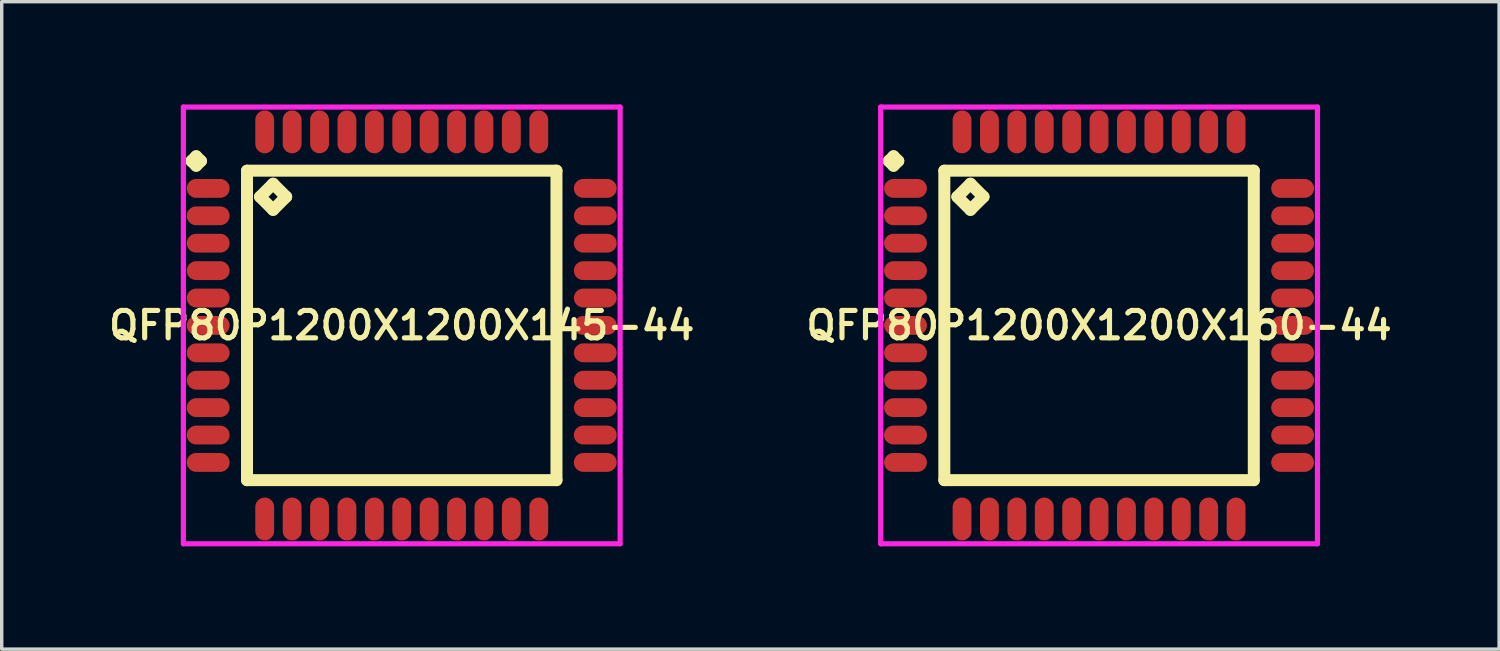
<source format=kicad_pcb>
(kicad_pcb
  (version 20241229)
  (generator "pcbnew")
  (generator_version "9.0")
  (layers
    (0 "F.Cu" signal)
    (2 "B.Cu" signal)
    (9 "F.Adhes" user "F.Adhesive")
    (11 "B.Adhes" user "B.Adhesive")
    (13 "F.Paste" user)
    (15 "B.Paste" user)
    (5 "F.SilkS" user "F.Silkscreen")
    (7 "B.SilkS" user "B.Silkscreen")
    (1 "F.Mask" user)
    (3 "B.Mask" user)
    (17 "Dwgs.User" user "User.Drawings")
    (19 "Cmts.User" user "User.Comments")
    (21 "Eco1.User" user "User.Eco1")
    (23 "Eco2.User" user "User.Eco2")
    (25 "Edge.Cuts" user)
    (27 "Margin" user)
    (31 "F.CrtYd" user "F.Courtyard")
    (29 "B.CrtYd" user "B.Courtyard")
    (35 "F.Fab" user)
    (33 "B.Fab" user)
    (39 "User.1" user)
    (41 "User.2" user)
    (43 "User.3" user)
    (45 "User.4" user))
  (footprint "QFP80P1200X1200X160-44"
    (layer "F.Cu")
    (at 29.035 6.45)
    (property "Reference" "QFP80P1200X1200X160-44" (at 0 0 0) (layer "F.SilkS") (effects (font (size 0.8 0.8) (thickness 0.15))))
    (attr smd)
    (fp_line (start -6.138 -4.8) (end -6 -4.938) (stroke (width 0.35) (type solid)) (layer "F.SilkS"))
    (fp_line (start -6 -4.938) (end -5.862 -4.8) (stroke (width 0.35) (type solid)) (layer "F.SilkS"))
    (fp_line (start -6 -4.662) (end -6.138 -4.8) (stroke (width 0.35) (type solid)) (layer "F.SilkS"))
    (fp_line (start -5.862 -4.8) (end -6 -4.662) (stroke (width 0.35) (type solid)) (layer "F.SilkS"))
    (fp_line (start -4.517 -4.517) (end -4.517 4.517) (stroke (width 0.35) (type solid)) (layer "F.SilkS"))
    (fp_line (start -4.517 4.517) (end 4.517 4.517) (stroke (width 0.35) (type solid)) (layer "F.SilkS"))
    (fp_line (start -4.136 -3.755) (end -3.755 -4.136) (stroke (width 0.35) (type solid)) (layer "F.SilkS"))
    (fp_line (start -3.755 -4.136) (end -3.374 -3.755) (stroke (width 0.35) (type solid)) (layer "F.SilkS"))
    (fp_line (start -3.755 -3.374) (end -4.136 -3.755) (stroke (width 0.35) (type solid)) (layer "F.SilkS"))
    (fp_line (start -3.374 -3.755) (end -3.755 -3.374) (stroke (width 0.35) (type solid)) (layer "F.SilkS"))
    (fp_line (start 4.517 -4.517) (end -4.517 -4.517) (stroke (width 0.35) (type solid)) (layer "F.SilkS"))
    (fp_line (start 4.517 4.517) (end 4.517 -4.517) (stroke (width 0.35) (type solid)) (layer "F.SilkS"))
    (fp_line (start -6.375 -6.375) (end 6.375 -6.375) (stroke (width 0.15) (type solid)) (layer "F.CrtYd"))
    (fp_line (start -6.375 6.375) (end -6.375 -6.375) (stroke (width 0.15) (type solid)) (layer "F.CrtYd"))
    (fp_line (start 6.375 -6.375) (end 6.375 6.375) (stroke (width 0.15) (type solid)) (layer "F.CrtYd"))
    (fp_line (start 6.375 6.375) (end -6.375 6.375) (stroke (width 0.15) (type solid)) (layer "F.CrtYd"))
    (pad "1" smd oval (at -5.65 -4) (size 1.25 0.55) (layers "F.Cu" "F.Mask" "F.Paste"))
    (pad "2" smd oval (at -5.65 -3.2) (size 1.25 0.55) (layers "F.Cu" "F.Mask" "F.Paste"))
    (pad "3" smd oval (at -5.65 -2.4) (size 1.25 0.55) (layers "F.Cu" "F.Mask" "F.Paste"))
    (pad "4" smd oval (at -5.65 -1.6) (size 1.25 0.55) (layers "F.Cu" "F.Mask" "F.Paste"))
    (pad "5" smd oval (at -5.65 -0.8) (size 1.25 0.55) (layers "F.Cu" "F.Mask" "F.Paste"))
    (pad "6" smd oval (at -5.65 0) (size 1.25 0.55) (layers "F.Cu" "F.Mask" "F.Paste"))
    (pad "7" smd oval (at -5.65 0.8) (size 1.25 0.55) (layers "F.Cu" "F.Mask" "F.Paste"))
    (pad "8" smd oval (at -5.65 1.6) (size 1.25 0.55) (layers "F.Cu" "F.Mask" "F.Paste"))
    (pad "9" smd oval (at -5.65 2.4) (size 1.25 0.55) (layers "F.Cu" "F.Mask" "F.Paste"))
    (pad "10" smd oval (at -5.65 3.2) (size 1.25 0.55) (layers "F.Cu" "F.Mask" "F.Paste"))
    (pad "11" smd oval (at -5.65 4) (size 1.25 0.55) (layers "F.Cu" "F.Mask" "F.Paste"))
    (pad "12" smd oval (at -4 5.65) (size 0.55 1.25) (layers "F.Cu" "F.Mask" "F.Paste"))
    (pad "13" smd oval (at -3.2 5.65) (size 0.55 1.25) (layers "F.Cu" "F.Mask" "F.Paste"))
    (pad "14" smd oval (at -2.4 5.65) (size 0.55 1.25) (layers "F.Cu" "F.Mask" "F.Paste"))
    (pad "15" smd oval (at -1.6 5.65) (size 0.55 1.25) (layers "F.Cu" "F.Mask" "F.Paste"))
    (pad "16" smd oval (at -0.8 5.65) (size 0.55 1.25) (layers "F.Cu" "F.Mask" "F.Paste"))
    (pad "17" smd oval (at 0 5.65) (size 0.55 1.25) (layers "F.Cu" "F.Mask" "F.Paste"))
    (pad "18" smd oval (at 0.8 5.65) (size 0.55 1.25) (layers "F.Cu" "F.Mask" "F.Paste"))
    (pad "19" smd oval (at 1.6 5.65) (size 0.55 1.25) (layers "F.Cu" "F.Mask" "F.Paste"))
    (pad "20" smd oval (at 2.4 5.65) (size 0.55 1.25) (layers "F.Cu" "F.Mask" "F.Paste"))
    (pad "21" smd oval (at 3.2 5.65) (size 0.55 1.25) (layers "F.Cu" "F.Mask" "F.Paste"))
    (pad "22" smd oval (at 4 5.65) (size 0.55 1.25) (layers "F.Cu" "F.Mask" "F.Paste"))
    (pad "23" smd oval (at 5.65 4) (size 1.25 0.55) (layers "F.Cu" "F.Mask" "F.Paste"))
    (pad "24" smd oval (at 5.65 3.2) (size 1.25 0.55) (layers "F.Cu" "F.Mask" "F.Paste"))
    (pad "25" smd oval (at 5.65 2.4) (size 1.25 0.55) (layers "F.Cu" "F.Mask" "F.Paste"))
    (pad "26" smd oval (at 5.65 1.6) (size 1.25 0.55) (layers "F.Cu" "F.Mask" "F.Paste"))
    (pad "27" smd oval (at 5.65 0.8) (size 1.25 0.55) (layers "F.Cu" "F.Mask" "F.Paste"))
    (pad "28" smd oval (at 5.65 0) (size 1.25 0.55) (layers "F.Cu" "F.Mask" "F.Paste"))
    (pad "29" smd oval (at 5.65 -0.8) (size 1.25 0.55) (layers "F.Cu" "F.Mask" "F.Paste"))
    (pad "30" smd oval (at 5.65 -1.6) (size 1.25 0.55) (layers "F.Cu" "F.Mask" "F.Paste"))
    (pad "31" smd oval (at 5.65 -2.4) (size 1.25 0.55) (layers "F.Cu" "F.Mask" "F.Paste"))
    (pad "32" smd oval (at 5.65 -3.2) (size 1.25 0.55) (layers "F.Cu" "F.Mask" "F.Paste"))
    (pad "33" smd oval (at 5.65 -4) (size 1.25 0.55) (layers "F.Cu" "F.Mask" "F.Paste"))
    (pad "34" smd oval (at 4 -5.65) (size 0.55 1.25) (layers "F.Cu" "F.Mask" "F.Paste"))
    (pad "35" smd oval (at 3.2 -5.65) (size 0.55 1.25) (layers "F.Cu" "F.Mask" "F.Paste"))
    (pad "36" smd oval (at 2.4 -5.65) (size 0.55 1.25) (layers "F.Cu" "F.Mask" "F.Paste"))
    (pad "37" smd oval (at 1.6 -5.65) (size 0.55 1.25) (layers "F.Cu" "F.Mask" "F.Paste"))
    (pad "38" smd oval (at 0.8 -5.65) (size 0.55 1.25) (layers "F.Cu" "F.Mask" "F.Paste"))
    (pad "39" smd oval (at 0 -5.65) (size 0.55 1.25) (layers "F.Cu" "F.Mask" "F.Paste"))
    (pad "40" smd oval (at -0.8 -5.65) (size 0.55 1.25) (layers "F.Cu" "F.Mask" "F.Paste"))
    (pad "41" smd oval (at -1.6 -5.65) (size 0.55 1.25) (layers "F.Cu" "F.Mask" "F.Paste"))
    (pad "42" smd oval (at -2.4 -5.65) (size 0.55 1.25) (layers "F.Cu" "F.Mask" "F.Paste"))
    (pad "43" smd oval (at -3.2 -5.65) (size 0.55 1.25) (layers "F.Cu" "F.Mask" "F.Paste"))
    (pad "44" smd oval (at -4 -5.65) (size 0.55 1.25) (layers "F.Cu" "F.Mask" "F.Paste")))
  (footprint "QFP80P1200X1200X145-44"
    (layer "F.Cu")
    (at 8.678 6.45)
    (property "Reference" "QFP80P1200X1200X145-44" (at 0 0 0) (layer "F.SilkS") (effects (font (size 0.8 0.8) (thickness 0.15))))
    (attr smd)
    (fp_line (start -6.138 -4.8) (end -6 -4.938) (stroke (width 0.35) (type solid)) (layer "F.SilkS"))
    (fp_line (start -6 -4.938) (end -5.862 -4.8) (stroke (width 0.35) (type solid)) (layer "F.SilkS"))
    (fp_line (start -6 -4.662) (end -6.138 -4.8) (stroke (width 0.35) (type solid)) (layer "F.SilkS"))
    (fp_line (start -5.862 -4.8) (end -6 -4.662) (stroke (width 0.35) (type solid)) (layer "F.SilkS"))
    (fp_line (start -4.517 -4.517) (end -4.517 4.517) (stroke (width 0.35) (type solid)) (layer "F.SilkS"))
    (fp_line (start -4.517 4.517) (end 4.517 4.517) (stroke (width 0.35) (type solid)) (layer "F.SilkS"))
    (fp_line (start -4.136 -3.755) (end -3.755 -4.136) (stroke (width 0.35) (type solid)) (layer "F.SilkS"))
    (fp_line (start -3.755 -4.136) (end -3.374 -3.755) (stroke (width 0.35) (type solid)) (layer "F.SilkS"))
    (fp_line (start -3.755 -3.374) (end -4.136 -3.755) (stroke (width 0.35) (type solid)) (layer "F.SilkS"))
    (fp_line (start -3.374 -3.755) (end -3.755 -3.374) (stroke (width 0.35) (type solid)) (layer "F.SilkS"))
    (fp_line (start 4.517 -4.517) (end -4.517 -4.517) (stroke (width 0.35) (type solid)) (layer "F.SilkS"))
    (fp_line (start 4.517 4.517) (end 4.517 -4.517) (stroke (width 0.35) (type solid)) (layer "F.SilkS"))
    (fp_line (start -6.375 -6.375) (end 6.375 -6.375) (stroke (width 0.15) (type solid)) (layer "F.CrtYd"))
    (fp_line (start -6.375 6.375) (end -6.375 -6.375) (stroke (width 0.15) (type solid)) (layer "F.CrtYd"))
    (fp_line (start 6.375 -6.375) (end 6.375 6.375) (stroke (width 0.15) (type solid)) (layer "F.CrtYd"))
    (fp_line (start 6.375 6.375) (end -6.375 6.375) (stroke (width 0.15) (type solid)) (layer "F.CrtYd"))
    (pad "1" smd oval (at -5.65 -4) (size 1.25 0.55) (layers "F.Cu" "F.Mask" "F.Paste"))
    (pad "2" smd oval (at -5.65 -3.2) (size 1.25 0.55) (layers "F.Cu" "F.Mask" "F.Paste"))
    (pad "3" smd oval (at -5.65 -2.4) (size 1.25 0.55) (layers "F.Cu" "F.Mask" "F.Paste"))
    (pad "4" smd oval (at -5.65 -1.6) (size 1.25 0.55) (layers "F.Cu" "F.Mask" "F.Paste"))
    (pad "5" smd oval (at -5.65 -0.8) (size 1.25 0.55) (layers "F.Cu" "F.Mask" "F.Paste"))
    (pad "6" smd oval (at -5.65 0) (size 1.25 0.55) (layers "F.Cu" "F.Mask" "F.Paste"))
    (pad "7" smd oval (at -5.65 0.8) (size 1.25 0.55) (layers "F.Cu" "F.Mask" "F.Paste"))
    (pad "8" smd oval (at -5.65 1.6) (size 1.25 0.55) (layers "F.Cu" "F.Mask" "F.Paste"))
    (pad "9" smd oval (at -5.65 2.4) (size 1.25 0.55) (layers "F.Cu" "F.Mask" "F.Paste"))
    (pad "10" smd oval (at -5.65 3.2) (size 1.25 0.55) (layers "F.Cu" "F.Mask" "F.Paste"))
    (pad "11" smd oval (at -5.65 4) (size 1.25 0.55) (layers "F.Cu" "F.Mask" "F.Paste"))
    (pad "12" smd oval (at -4 5.65) (size 0.55 1.25) (layers "F.Cu" "F.Mask" "F.Paste"))
    (pad "13" smd oval (at -3.2 5.65) (size 0.55 1.25) (layers "F.Cu" "F.Mask" "F.Paste"))
    (pad "14" smd oval (at -2.4 5.65) (size 0.55 1.25) (layers "F.Cu" "F.Mask" "F.Paste"))
    (pad "15" smd oval (at -1.6 5.65) (size 0.55 1.25) (layers "F.Cu" "F.Mask" "F.Paste"))
    (pad "16" smd oval (at -0.8 5.65) (size 0.55 1.25) (layers "F.Cu" "F.Mask" "F.Paste"))
    (pad "17" smd oval (at 0 5.65) (size 0.55 1.25) (layers "F.Cu" "F.Mask" "F.Paste"))
    (pad "18" smd oval (at 0.8 5.65) (size 0.55 1.25) (layers "F.Cu" "F.Mask" "F.Paste"))
    (pad "19" smd oval (at 1.6 5.65) (size 0.55 1.25) (layers "F.Cu" "F.Mask" "F.Paste"))
    (pad "20" smd oval (at 2.4 5.65) (size 0.55 1.25) (layers "F.Cu" "F.Mask" "F.Paste"))
    (pad "21" smd oval (at 3.2 5.65) (size 0.55 1.25) (layers "F.Cu" "F.Mask" "F.Paste"))
    (pad "22" smd oval (at 4 5.65) (size 0.55 1.25) (layers "F.Cu" "F.Mask" "F.Paste"))
    (pad "23" smd oval (at 5.65 4) (size 1.25 0.55) (layers "F.Cu" "F.Mask" "F.Paste"))
    (pad "24" smd oval (at 5.65 3.2) (size 1.25 0.55) (layers "F.Cu" "F.Mask" "F.Paste"))
    (pad "25" smd oval (at 5.65 2.4) (size 1.25 0.55) (layers "F.Cu" "F.Mask" "F.Paste"))
    (pad "26" smd oval (at 5.65 1.6) (size 1.25 0.55) (layers "F.Cu" "F.Mask" "F.Paste"))
    (pad "27" smd oval (at 5.65 0.8) (size 1.25 0.55) (layers "F.Cu" "F.Mask" "F.Paste"))
    (pad "28" smd oval (at 5.65 0) (size 1.25 0.55) (layers "F.Cu" "F.Mask" "F.Paste"))
    (pad "29" smd oval (at 5.65 -0.8) (size 1.25 0.55) (layers "F.Cu" "F.Mask" "F.Paste"))
    (pad "30" smd oval (at 5.65 -1.6) (size 1.25 0.55) (layers "F.Cu" "F.Mask" "F.Paste"))
    (pad "31" smd oval (at 5.65 -2.4) (size 1.25 0.55) (layers "F.Cu" "F.Mask" "F.Paste"))
    (pad "32" smd oval (at 5.65 -3.2) (size 1.25 0.55) (layers "F.Cu" "F.Mask" "F.Paste"))
    (pad "33" smd oval (at 5.65 -4) (size 1.25 0.55) (layers "F.Cu" "F.Mask" "F.Paste"))
    (pad "34" smd oval (at 4 -5.65) (size 0.55 1.25) (layers "F.Cu" "F.Mask" "F.Paste"))
    (pad "35" smd oval (at 3.2 -5.65) (size 0.55 1.25) (layers "F.Cu" "F.Mask" "F.Paste"))
    (pad "36" smd oval (at 2.4 -5.65) (size 0.55 1.25) (layers "F.Cu" "F.Mask" "F.Paste"))
    (pad "37" smd oval (at 1.6 -5.65) (size 0.55 1.25) (layers "F.Cu" "F.Mask" "F.Paste"))
    (pad "38" smd oval (at 0.8 -5.65) (size 0.55 1.25) (layers "F.Cu" "F.Mask" "F.Paste"))
    (pad "39" smd oval (at 0 -5.65) (size 0.55 1.25) (layers "F.Cu" "F.Mask" "F.Paste"))
    (pad "40" smd oval (at -0.8 -5.65) (size 0.55 1.25) (layers "F.Cu" "F.Mask" "F.Paste"))
    (pad "41" smd oval (at -1.6 -5.65) (size 0.55 1.25) (layers "F.Cu" "F.Mask" "F.Paste"))
    (pad "42" smd oval (at -2.4 -5.65) (size 0.55 1.25) (layers "F.Cu" "F.Mask" "F.Paste"))
    (pad "43" smd oval (at -3.2 -5.65) (size 0.55 1.25) (layers "F.Cu" "F.Mask" "F.Paste"))
    (pad "44" smd oval (at -4 -5.65) (size 0.55 1.25) (layers "F.Cu" "F.Mask" "F.Paste")))
  (gr_rect
    (start -3 -3)
    (end 40.713 15.9)
    (stroke (width 0.1) (type default))
    (fill no)
    (layer "Edge.Cuts")))
</source>
